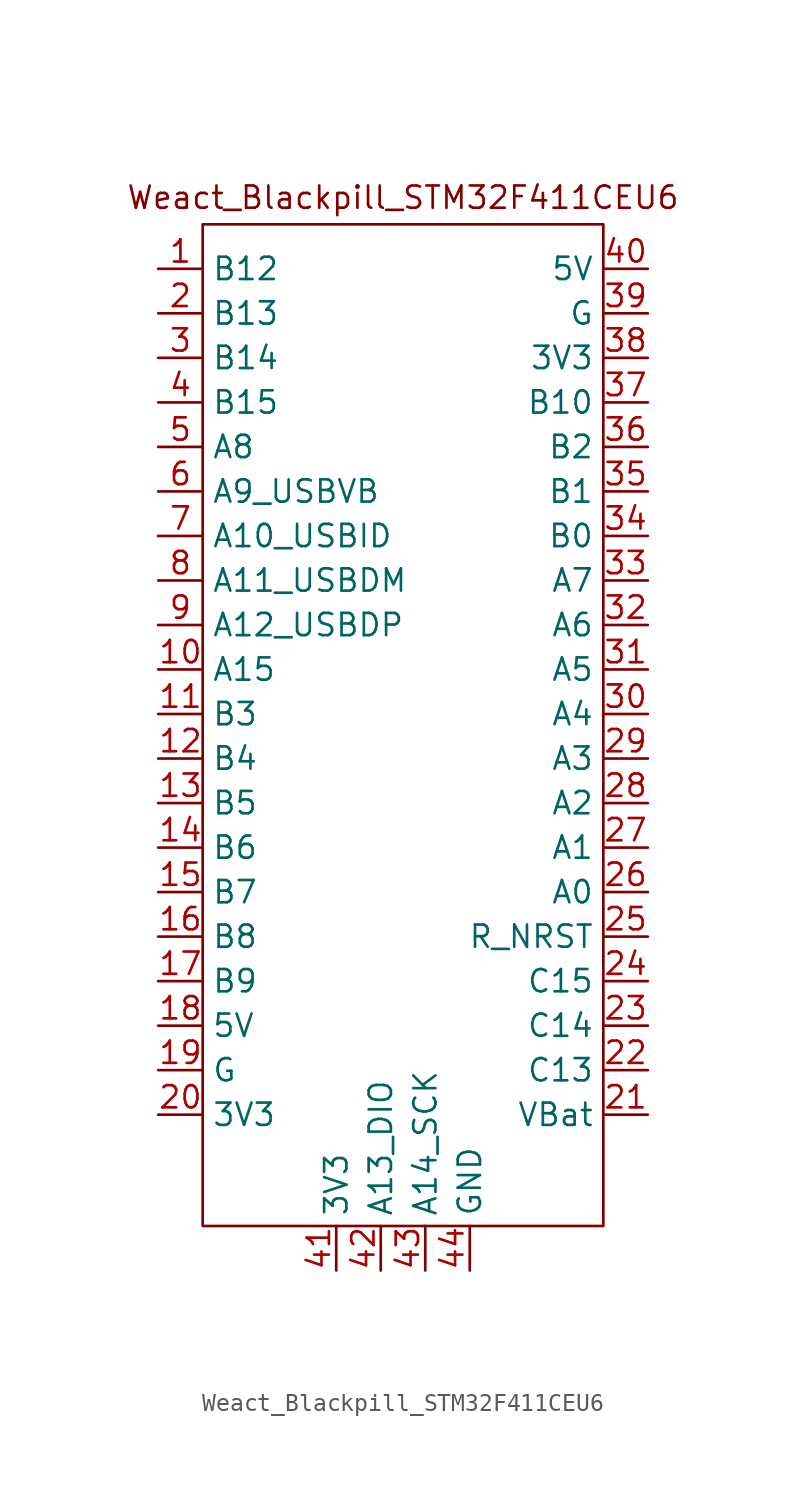
<source format=kicad_sym>
(kicad_symbol_lib
  (version 20241209)
  (generator "kicad_symbol_editor")
  (generator_version "9.0")
  (symbol "Weact_Blackpill_STM32F411CEU6"
    (property "Reference" "REF**"
      (at 0.254 30.734 0)
      (effects (font (size 1.27 1.27)) (hide yes)))
    (property "Value" ""
      (at 0 0 0)
      (effects (font (size 1.27 1.27))))
    (symbol "Weact_Blackpill_STM32F411CEU6_0_1"
      (rectangle (start -11.43 26.67) (end 11.43 -30.48) (stroke (width 0) (type default)) (fill (type none))))
    (symbol "Weact_Blackpill_STM32F411CEU6_1_1"
      (text "Weact_Blackpill_STM32F411CEU6" (at 0 28.194 0) (effects (font (size 1.27 1.27))))
      (pin output line (at -13.97 24.13 0) (length 2.54) (name "B12" (effects (font (size 1.27 1.27)))) (number "1" (effects (font (size 1.27 1.27)))))
      (pin output line (at -13.97 21.59 0) (length 2.54) (name "B13" (effects (font (size 1.27 1.27)))) (number "2" (effects (font (size 1.27 1.27)))))
      (pin output line (at -13.97 19.05 0) (length 2.54) (name "B14" (effects (font (size 1.27 1.27)))) (number "3" (effects (font (size 1.27 1.27)))))
      (pin output line (at -13.97 16.51 0) (length 2.54) (name "B15" (effects (font (size 1.27 1.27)))) (number "4" (effects (font (size 1.27 1.27)))))
      (pin output line (at -13.97 13.97 0) (length 2.54) (name "A8" (effects (font (size 1.27 1.27)))) (number "5" (effects (font (size 1.27 1.27)))))
      (pin output line (at -13.97 11.43 0) (length 2.54) (name "A9_USBVB" (effects (font (size 1.27 1.27)))) (number "6" (effects (font (size 1.27 1.27)))))
      (pin output line (at -13.97 8.89 0) (length 2.54) (name "A10_USBID" (effects (font (size 1.27 1.27)))) (number "7" (effects (font (size 1.27 1.27)))))
      (pin output line (at -13.97 6.35 0) (length 2.54) (name "A11_USBDM" (effects (font (size 1.27 1.27)))) (number "8" (effects (font (size 1.27 1.27)))))
      (pin output line (at -13.97 3.81 0) (length 2.54) (name "A12_USBDP" (effects (font (size 1.27 1.27)))) (number "9" (effects (font (size 1.27 1.27)))))
      (pin output line (at -13.97 1.27 0) (length 2.54) (name "A15" (effects (font (size 1.27 1.27)))) (number "10" (effects (font (size 1.27 1.27)))))
      (pin output line (at -13.97 -1.27 0) (length 2.54) (name "B3" (effects (font (size 1.27 1.27)))) (number "11" (effects (font (size 1.27 1.27)))))
      (pin output line (at -13.97 -3.81 0) (length 2.54) (name "B4" (effects (font (size 1.27 1.27)))) (number "12" (effects (font (size 1.27 1.27)))))
      (pin output line (at -13.97 -6.35 0) (length 2.54) (name "B5" (effects (font (size 1.27 1.27)))) (number "13" (effects (font (size 1.27 1.27)))))
      (pin output line (at -13.97 -8.89 0) (length 2.54) (name "B6" (effects (font (size 1.27 1.27)))) (number "14" (effects (font (size 1.27 1.27)))))
      (pin output line (at -13.97 -11.43 0) (length 2.54) (name "B7" (effects (font (size 1.27 1.27)))) (number "15" (effects (font (size 1.27 1.27)))))
      (pin output line (at -13.97 -13.97 0) (length 2.54) (name "B8" (effects (font (size 1.27 1.27)))) (number "16" (effects (font (size 1.27 1.27)))))
      (pin output line (at -13.97 -16.51 0) (length 2.54) (name "B9" (effects (font (size 1.27 1.27)))) (number "17" (effects (font (size 1.27 1.27)))))
      (pin output line (at -13.97 -19.05 0) (length 2.54) (name "5V" (effects (font (size 1.27 1.27)))) (number "18" (effects (font (size 1.27 1.27)))))
      (pin output line (at -13.97 -21.59 0) (length 2.54) (name "G" (effects (font (size 1.27 1.27)))) (number "19" (effects (font (size 1.27 1.27)))))
      (pin output line (at -13.97 -24.13 0) (length 2.54) (name "3V3" (effects (font (size 1.27 1.27)))) (number "20" (effects (font (size 1.27 1.27)))))
      (pin input line (at -3.81 -33.02 90) (length 2.54) (name "3V3" (effects (font (size 1.27 1.27)))) (number "41" (effects (font (size 1.27 1.27)))))
      (pin input line (at -1.27 -33.02 90) (length 2.54) (name "A13_DIO" (effects (font (size 1.27 1.27)))) (number "42" (effects (font (size 1.27 1.27)))))
      (pin input line (at 1.27 -33.02 90) (length 2.54) (name "A14_SCK" (effects (font (size 1.27 1.27)))) (number "43" (effects (font (size 1.27 1.27)))))
      (pin input line (at 3.81 -33.02 90) (length 2.54) (name "GND" (effects (font (size 1.27 1.27)))) (number "44" (effects (font (size 1.27 1.27)))))
      (pin output line (at 13.97 24.13 180) (length 2.54) (name "5V" (effects (font (size 1.27 1.27)))) (number "40" (effects (font (size 1.27 1.27)))))
      (pin output line (at 13.97 21.59 180) (length 2.54) (name "G" (effects (font (size 1.27 1.27)))) (number "39" (effects (font (size 1.27 1.27)))))
      (pin output line (at 13.97 19.05 180) (length 2.54) (name "3V3" (effects (font (size 1.27 1.27)))) (number "38" (effects (font (size 1.27 1.27)))))
      (pin output line (at 13.97 16.51 180) (length 2.54) (name "B10" (effects (font (size 1.27 1.27)))) (number "37" (effects (font (size 1.27 1.27)))))
      (pin output line (at 13.97 13.97 180) (length 2.54) (name "B2" (effects (font (size 1.27 1.27)))) (number "36" (effects (font (size 1.27 1.27)))))
      (pin output line (at 13.97 11.43 180) (length 2.54) (name "B1" (effects (font (size 1.27 1.27)))) (number "35" (effects (font (size 1.27 1.27)))))
      (pin output line (at 13.97 8.89 180) (length 2.54) (name "B0" (effects (font (size 1.27 1.27)))) (number "34" (effects (font (size 1.27 1.27)))))
      (pin output line (at 13.97 6.35 180) (length 2.54) (name "A7" (effects (font (size 1.27 1.27)))) (number "33" (effects (font (size 1.27 1.27)))))
      (pin output line (at 13.97 3.81 180) (length 2.54) (name "A6" (effects (font (size 1.27 1.27)))) (number "32" (effects (font (size 1.27 1.27)))))
      (pin output line (at 13.97 1.27 180) (length 2.54) (name "A5" (effects (font (size 1.27 1.27)))) (number "31" (effects (font (size 1.27 1.27)))))
      (pin output line (at 13.97 -1.27 180) (length 2.54) (name "A4" (effects (font (size 1.27 1.27)))) (number "30" (effects (font (size 1.27 1.27)))))
      (pin output line (at 13.97 -3.81 180) (length 2.54) (name "A3" (effects (font (size 1.27 1.27)))) (number "29" (effects (font (size 1.27 1.27)))))
      (pin output line (at 13.97 -6.35 180) (length 2.54) (name "A2" (effects (font (size 1.27 1.27)))) (number "28" (effects (font (size 1.27 1.27)))))
      (pin output line (at 13.97 -8.89 180) (length 2.54) (name "A1" (effects (font (size 1.27 1.27)))) (number "27" (effects (font (size 1.27 1.27)))))
      (pin output line (at 13.97 -11.43 180) (length 2.54) (name "A0" (effects (font (size 1.27 1.27)))) (number "26" (effects (font (size 1.27 1.27)))))
      (pin input line (at 13.97 -13.97 180) (length 2.54) (name "R_NRST" (effects (font (size 1.27 1.27)))) (number "25" (effects (font (size 1.27 1.27)))))
      (pin output line (at 13.97 -16.51 180) (length 2.54) (name "C15" (effects (font (size 1.27 1.27)))) (number "24" (effects (font (size 1.27 1.27)))))
      (pin output line (at 13.97 -19.05 180) (length 2.54) (name "C14" (effects (font (size 1.27 1.27)))) (number "23" (effects (font (size 1.27 1.27)))))
      (pin output line (at 13.97 -21.59 180) (length 2.54) (name "C13" (effects (font (size 1.27 1.27)))) (number "22" (effects (font (size 1.27 1.27)))))
      (pin output line (at 13.97 -24.13 180) (length 2.54) (name "VBat" (effects (font (size 1.27 1.27)))) (number "21" (effects (font (size 1.27 1.27))))))))
</source>
